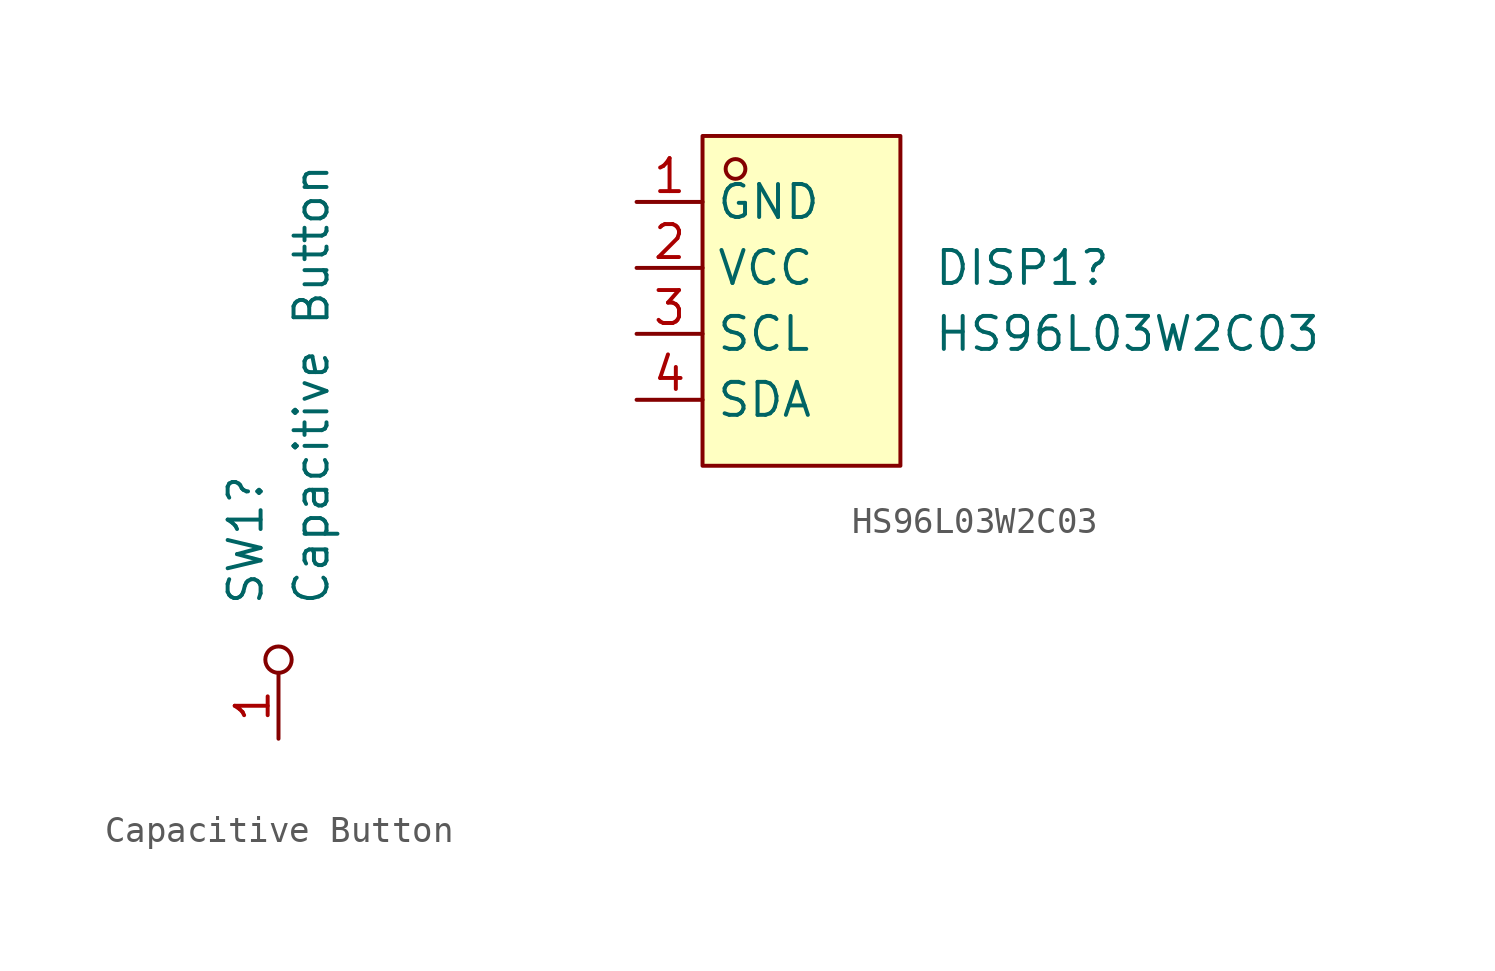
<source format=kicad_sym>
(kicad_symbol_lib
  (version 20231120)
  (generator "kicad_symbol_editor")
  (generator_version "8.0")
  (symbol "Capacitive Button"
    (pin_names
      (offset 0) hide)
    (property "Reference" "SW1"
      (at -1.27 5.08 90)
      (effects (font (size 1.27 1.27)) (justify left)))
    (property "Value" "Capacitive Button"
      (at 1.27 5.08 90)
      (effects (font (size 1.27 1.27)) (justify left)))
    (symbol "Capacitive Button_0_0"
      (circle (center 0 3.048) (radius 0.508) (stroke (width 0) (type default)) (fill (type none))))
    (symbol "Capacitive Button_1_1"
      (pin passive line (at 0 0 90) (length 2.54) (name "A" (effects (font (size 1.27 1.27)))) (number "1" (effects (font (size 1.27 1.27)))))))
  (symbol "HS96L03W2C03"
    (property "Reference" "DISP1"
      (at 5.08 1.27 0)
      (effects (font (size 1.27 1.27)) (justify left)))
    (property "Value" "HS96L03W2C03"
      (at 5.08 -1.27 0)
      (effects (font (size 1.27 1.27)) (justify left)))
    (symbol "HS96L03W2C03_0_1"
      (rectangle (start -3.81 6.35) (end 3.81 -6.35) (stroke (width 0) (type default)) (fill (type background)))
      (circle (center -2.54 5.08) (radius 0.38) (stroke (width 0) (type default)) (fill (type none))))
    (symbol "HS96L03W2C03_1_1"
      (pin power_in line (at -6.35 3.81 0) (length 2.54) (name "GND" (effects (font (size 1.27 1.27)))) (number "1" (effects (font (size 1.27 1.27)))))
      (pin power_in line (at -6.35 1.27 0) (length 2.54) (name "VCC" (effects (font (size 1.27 1.27)))) (number "2" (effects (font (size 1.27 1.27)))))
      (pin bidirectional line (at -6.35 -1.27 0) (length 2.54) (name "SCL" (effects (font (size 1.27 1.27)))) (number "3" (effects (font (size 1.27 1.27)))))
      (pin bidirectional line (at -6.35 -3.81 0) (length 2.54) (name "SDA" (effects (font (size 1.27 1.27)))) (number "4" (effects (font (size 1.27 1.27))))))))
</source>
